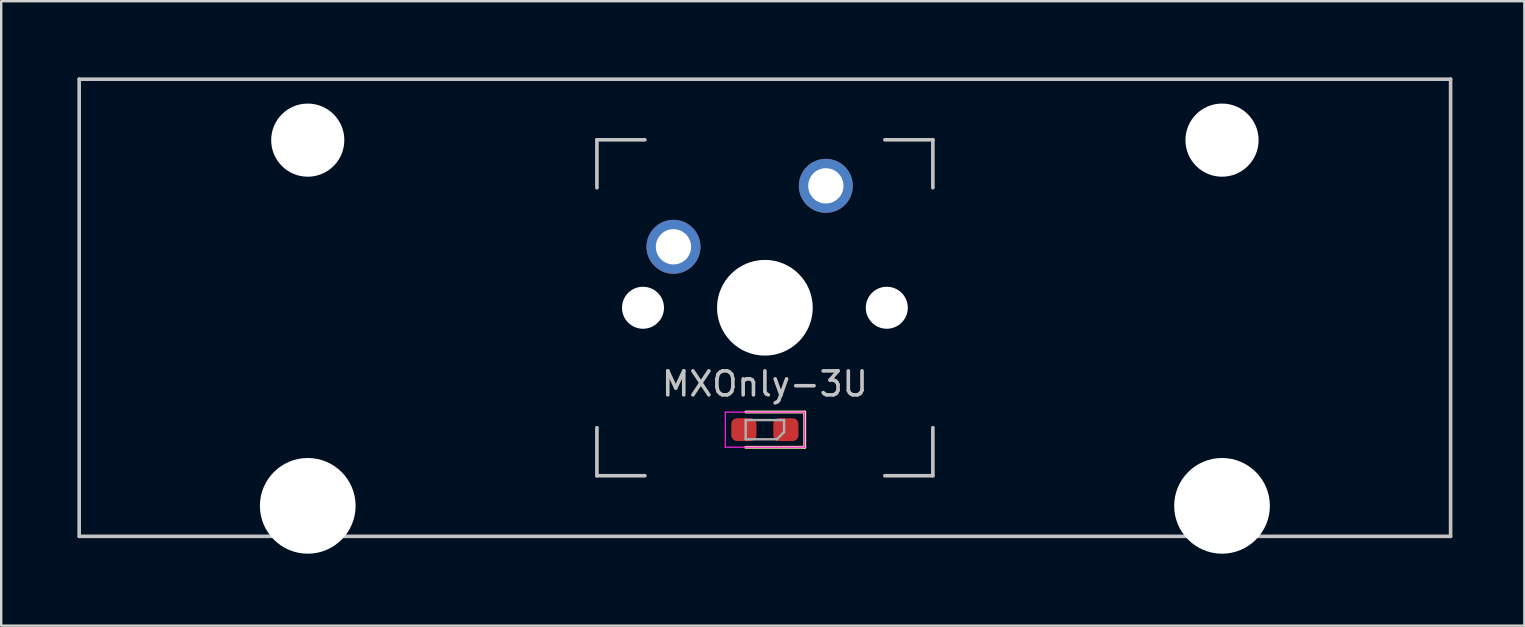
<source format=kicad_pcb>
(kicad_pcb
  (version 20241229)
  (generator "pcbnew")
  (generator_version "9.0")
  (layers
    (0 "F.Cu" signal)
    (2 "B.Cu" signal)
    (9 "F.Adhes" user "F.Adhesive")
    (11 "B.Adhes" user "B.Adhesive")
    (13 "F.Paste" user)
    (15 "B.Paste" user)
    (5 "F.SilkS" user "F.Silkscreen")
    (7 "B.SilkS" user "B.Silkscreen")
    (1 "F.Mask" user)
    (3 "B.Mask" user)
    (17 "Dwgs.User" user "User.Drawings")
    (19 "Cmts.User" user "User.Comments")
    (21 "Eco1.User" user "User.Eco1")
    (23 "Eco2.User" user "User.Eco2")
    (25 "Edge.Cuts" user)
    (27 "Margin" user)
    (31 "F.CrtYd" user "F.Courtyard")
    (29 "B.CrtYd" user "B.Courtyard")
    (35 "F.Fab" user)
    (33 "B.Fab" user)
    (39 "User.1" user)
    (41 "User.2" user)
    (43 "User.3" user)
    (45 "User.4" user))
  (footprint "MXOnly-3U"
    (layer "F.Cu")
    (at 0.25 0.25)
    (property "Reference" "MXOnly-3U" (at 28.575 12.7 0) (layer "Dwgs.User") (effects (font (size 1 1) (thickness 0.15))))
    (attr through_hole)
    (fp_line (start 27.775 15.34) (end 30.235 15.34) (stroke (width 0.12) (type solid)) (layer "F.SilkS"))
    (fp_line (start 30.235 13.87) (end 27.775 13.87) (stroke (width 0.12) (type solid)) (layer "F.SilkS"))
    (fp_line (start 30.235 15.34) (end 30.235 13.87) (stroke (width 0.12) (type solid)) (layer "F.SilkS"))
    (fp_line (start 0 0) (end 57.15 0) (stroke (width 0.15) (type solid)) (layer "Dwgs.User"))
    (fp_line (start 0 19.05) (end 0 0) (stroke (width 0.15) (type solid)) (layer "Dwgs.User"))
    (fp_line (start 0 19.05) (end 57.15 19.05) (stroke (width 0.15) (type solid)) (layer "Dwgs.User"))
    (fp_line (start 21.575 2.525) (end 21.575 4.525) (stroke (width 0.15) (type solid)) (layer "Dwgs.User"))
    (fp_line (start 21.575 14.525) (end 21.575 16.525) (stroke (width 0.15) (type solid)) (layer "Dwgs.User"))
    (fp_line (start 21.575 16.525) (end 23.575 16.525) (stroke (width 0.15) (type solid)) (layer "Dwgs.User"))
    (fp_line (start 23.575 2.525) (end 21.575 2.525) (stroke (width 0.15) (type solid)) (layer "Dwgs.User"))
    (fp_line (start 33.575 2.525) (end 35.575 2.525) (stroke (width 0.15) (type solid)) (layer "Dwgs.User"))
    (fp_line (start 33.575 16.525) (end 35.575 16.525) (stroke (width 0.15) (type solid)) (layer "Dwgs.User"))
    (fp_line (start 35.575 2.525) (end 35.575 4.525) (stroke (width 0.15) (type solid)) (layer "Dwgs.User"))
    (fp_line (start 35.575 16.525) (end 35.575 14.525) (stroke (width 0.15) (type solid)) (layer "Dwgs.User"))
    (fp_line (start 57.15 0) (end 57.15 19.05) (stroke (width 0.15) (type solid)) (layer "Dwgs.User"))
    (fp_line (start 26.925 13.875) (end 30.225 13.875) (stroke (width 0.05) (type solid)) (layer "F.CrtYd"))
    (fp_line (start 26.925 15.335) (end 26.925 13.875) (stroke (width 0.05) (type solid)) (layer "F.CrtYd"))
    (fp_line (start 30.225 13.875) (end 30.225 15.335) (stroke (width 0.05) (type solid)) (layer "F.CrtYd"))
    (fp_line (start 30.225 15.335) (end 26.925 15.335) (stroke (width 0.05) (type solid)) (layer "F.CrtYd"))
    (fp_line (start 27.775 14.205) (end 27.775 15.005) (stroke (width 0.1) (type solid)) (layer "F.Fab"))
    (fp_line (start 27.775 15.005) (end 29.075 15.005) (stroke (width 0.1) (type solid)) (layer "F.Fab"))
    (fp_line (start 29.075 15.005) (end 29.375 14.705) (stroke (width 0.1) (type solid)) (layer "F.Fab"))
    (fp_line (start 29.375 14.205) (end 27.775 14.205) (stroke (width 0.1) (type solid)) (layer "F.Fab"))
    (fp_line (start 29.375 14.705) (end 29.375 14.205) (stroke (width 0.1) (type solid)) (layer "F.Fab"))
    (pad "" np_thru_hole circle (at 9.525 2.54) (size 3.048 3.048) (drill 3.048) (layers "*.Cu" "*.Mask"))
    (pad "" np_thru_hole circle (at 9.525 17.78) (size 3.988 3.988) (drill 3.988) (layers "*.Cu" "*.Mask"))
    (pad "" np_thru_hole circle (at 23.495 9.525 48.1) (size 1.75 1.75) (drill 1.75) (layers "*.Cu" "*.Mask"))
    (pad "" np_thru_hole circle (at 28.575 9.525) (size 3.988 3.988) (drill 3.988) (layers "*.Cu" "*.Mask"))
    (pad "" np_thru_hole circle (at 33.655 9.525 48.1) (size 1.75 1.75) (drill 1.75) (layers "*.Cu" "*.Mask"))
    (pad "" np_thru_hole circle (at 47.625 2.54) (size 3.048 3.048) (drill 3.048) (layers "*.Cu" "*.Mask"))
    (pad "" np_thru_hole circle (at 47.625 17.78) (size 3.988 3.988) (drill 3.988) (layers "*.Cu" "*.Mask"))
    (pad "1" thru_hole circle (at 24.765 6.985 48.1) (size 2.25 2.25) (drill 1.47) (layers "*.Cu" "B.Mask"))
    (pad "2" thru_hole circle (at 31.115 4.445) (size 2.25 2.25) (drill 1.47) (layers "*.Cu" "B.Mask"))
    (pad "3" smd roundrect (at 27.7 14.605 180) (size 1.05 0.95) (layers "F.Cu" "F.Mask" "F.Paste") (roundrect_rratio 0.25))
    (pad "4" smd roundrect (at 29.45 14.605 180) (size 1.05 0.95) (layers "F.Cu" "F.Mask" "F.Paste") (roundrect_rratio 0.25)))
  (gr_rect
    (start -3 -3)
    (end 60.475 23.024)
    (stroke (width 0.1) (type default))
    (fill no)
    (layer "Edge.Cuts")))
</source>
